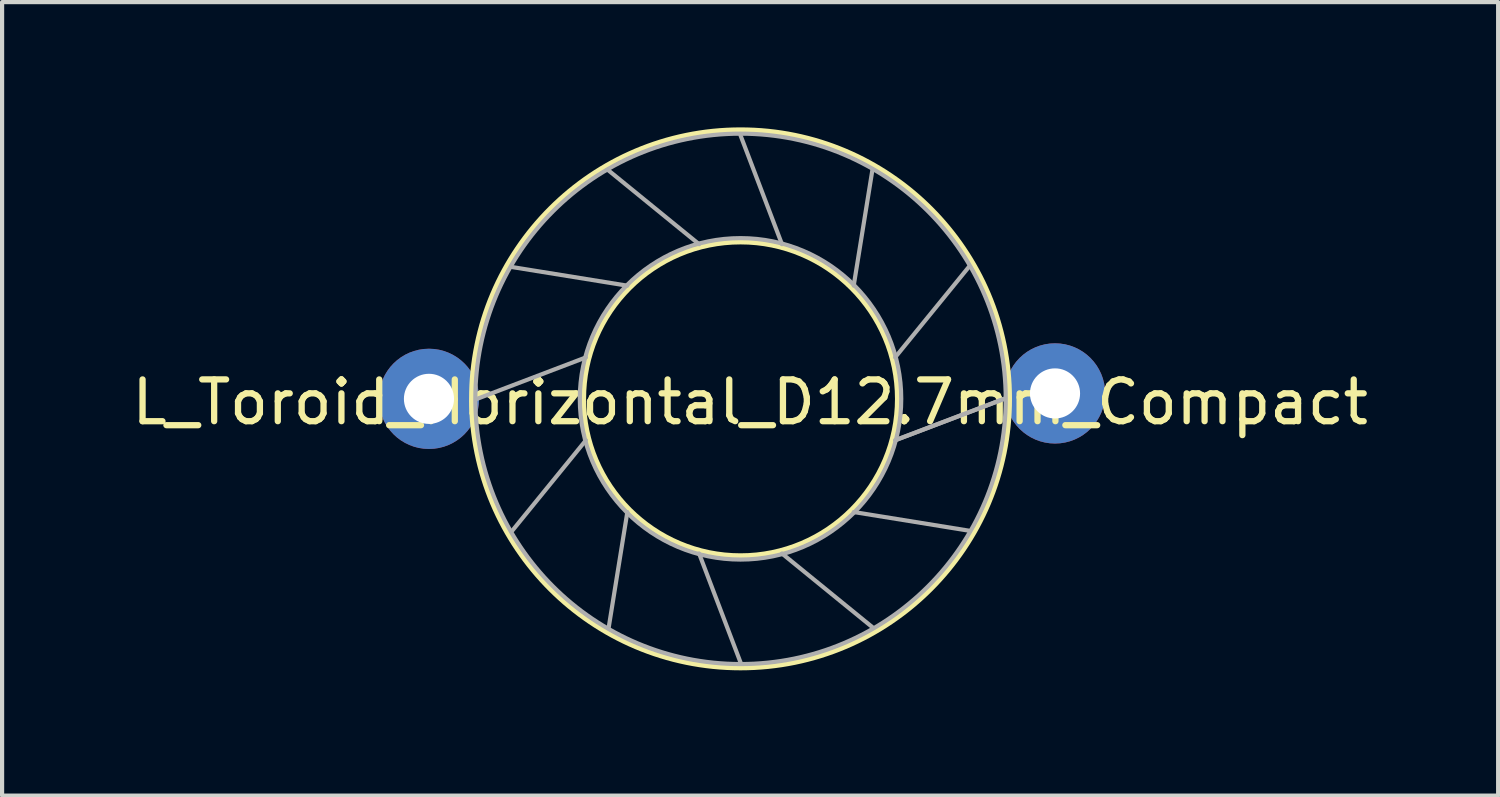
<source format=kicad_pcb>
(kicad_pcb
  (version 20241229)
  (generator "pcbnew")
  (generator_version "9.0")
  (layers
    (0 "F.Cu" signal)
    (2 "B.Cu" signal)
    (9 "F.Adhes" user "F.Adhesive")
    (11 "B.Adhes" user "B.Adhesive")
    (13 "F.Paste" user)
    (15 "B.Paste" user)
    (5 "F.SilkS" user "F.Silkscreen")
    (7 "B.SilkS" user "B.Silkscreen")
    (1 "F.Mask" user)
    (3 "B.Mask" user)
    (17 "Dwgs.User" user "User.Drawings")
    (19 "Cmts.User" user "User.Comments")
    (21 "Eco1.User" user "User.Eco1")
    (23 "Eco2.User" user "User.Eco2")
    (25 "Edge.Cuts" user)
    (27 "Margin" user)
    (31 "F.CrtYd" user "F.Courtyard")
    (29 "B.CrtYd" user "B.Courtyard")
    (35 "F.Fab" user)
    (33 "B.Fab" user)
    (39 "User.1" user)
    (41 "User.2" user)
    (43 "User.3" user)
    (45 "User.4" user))
  (footprint "L_Toroid_Horizontal_D12.7mm_Compact"
    (layer "F.Cu")
    (at 4.681 6.5)
    (property "Reference" "L_Toroid_Horizontal_D12.7mm_Compact" (at 10.23 0.08 0) (layer "F.SilkS") (effects (font (size 1 1) (thickness 0.15))))
    (attr through_hole)
    (fp_circle (center 10 0) (end 13.758 0) (stroke (width 0.12) (type solid)) (fill no) (layer "F.SilkS"))
    (fp_circle (center 10 0) (end 16.44 0) (stroke (width 0.12) (type solid)) (fill no) (layer "F.SilkS"))
    (fp_line (start 3.689 0.001) (end 6.297 -0.992) (stroke (width 0.1) (type solid)) (layer "F.Fab"))
    (fp_line (start 4.534 -3.155) (end 7.289 -2.71) (stroke (width 0.1) (type solid)) (layer "F.Fab"))
    (fp_line (start 4.535 3.156) (end 6.297 0.992) (stroke (width 0.1) (type solid)) (layer "F.Fab"))
    (fp_line (start 6.844 -5.465) (end 9.007 -3.703) (stroke (width 0.1) (type solid)) (layer "F.Fab"))
    (fp_line (start 6.845 5.466) (end 7.29 2.711) (stroke (width 0.1) (type solid)) (layer "F.Fab"))
    (fp_line (start 9.999 -6.311) (end 10.992 -3.703) (stroke (width 0.1) (type solid)) (layer "F.Fab"))
    (fp_line (start 10 6.311) (end 9.008 3.703) (stroke (width 0.1) (type solid)) (layer "F.Fab"))
    (fp_line (start 13.155 -5.466) (end 12.71 -2.711) (stroke (width 0.1) (type solid)) (layer "F.Fab"))
    (fp_line (start 13.156 5.466) (end 10.992 3.703) (stroke (width 0.1) (type solid)) (layer "F.Fab"))
    (fp_line (start 15.465 -3.157) (end 13.702 -0.993) (stroke (width 0.1) (type solid)) (layer "F.Fab"))
    (fp_line (start 15.466 3.156) (end 12.711 2.71) (stroke (width 0.1) (type solid)) (layer "F.Fab"))
    (fp_line (start 16.311 -0.001) (end 13.703 0.991) (stroke (width 0.1) (type solid)) (layer "F.Fab"))
    (fp_line (start 16.311 0) (end 13.703 0.992) (stroke (width 0.1) (type solid)) (layer "F.Fab"))
    (fp_circle (center 10 0) (end 13.848 0) (stroke (width 0.1) (type solid)) (fill no) (layer "F.Fab"))
    (fp_circle (center 10 0) (end 16.35 0) (stroke (width 0.1) (type solid)) (fill no) (layer "F.Fab"))
    (pad "1" thru_hole circle (at 2.54 0) (size 2.4 2.4) (drill 1.2) (layers "*.Cu" "*.Mask"))
    (pad "2" thru_hole circle (at 17.53 -0.13) (size 2.4 2.4) (drill 1.2) (layers "*.Cu" "*.Mask")))
  (gr_rect
    (start -3 -3)
    (end 32.821 16)
    (stroke (width 0.1) (type default))
    (fill no)
    (layer "Edge.Cuts")))
</source>
